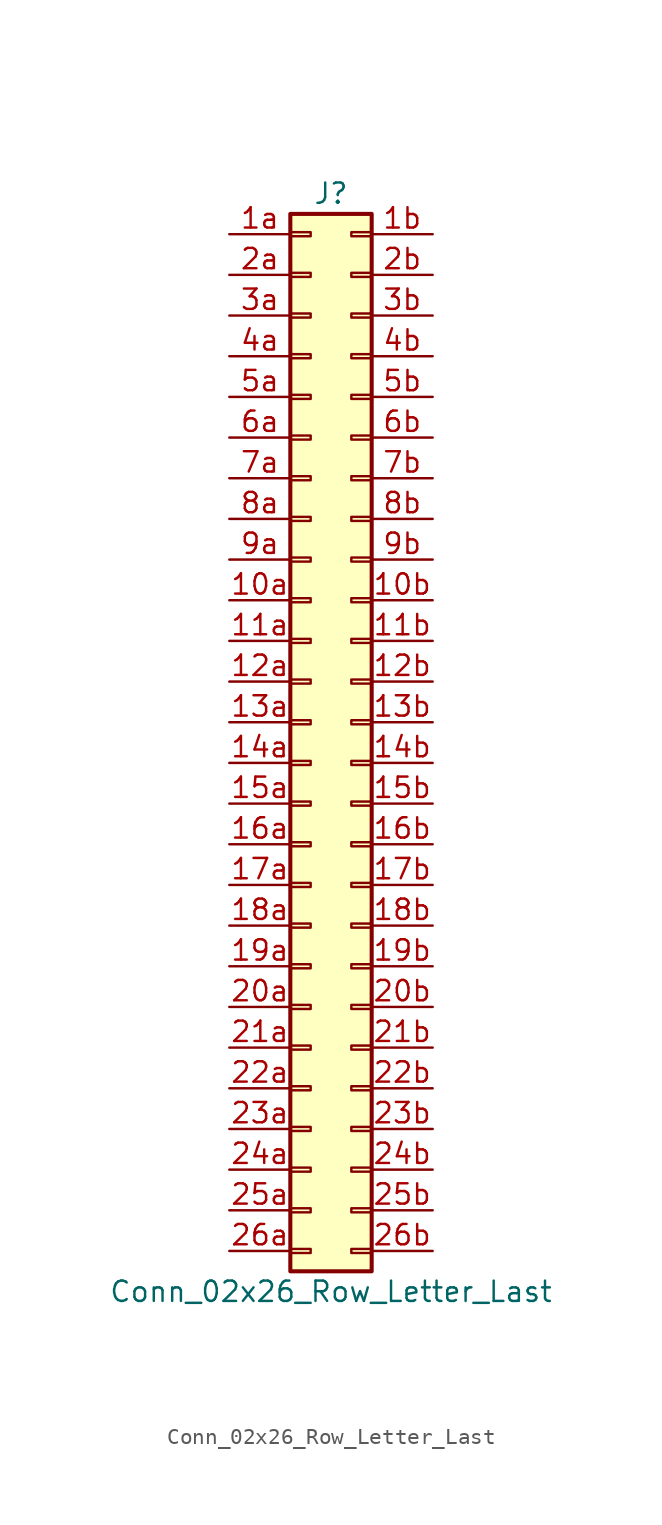
<source format=kicad_sym>
(kicad_symbol_lib
  (version 20201005)
  (generator kicad_symbol_editor)
  (symbol "Conn_02x26_Row_Letter_Last"
    (pin_names
      (offset 1.016) hide)
    (property "Reference" "J"
      (at 1.27 33.02 0)
      (effects (font (size 1.27 1.27))))
    (property "Value" "Conn_02x26_Row_Letter_Last"
      (at 1.27 -35.56 0)
      (effects (font (size 1.27 1.27))))
    (symbol "Conn_02x26_Row_Letter_Last_1_1"
      (rectangle (start -1.27 -32.893) (end 0 -33.147) (stroke (width 0.152)) (fill (type none)))
      (rectangle (start -1.27 -30.353) (end 0 -30.607) (stroke (width 0.152)) (fill (type none)))
      (rectangle (start -1.27 -27.813) (end 0 -28.067) (stroke (width 0.152)) (fill (type none)))
      (rectangle (start -1.27 -25.273) (end 0 -25.527) (stroke (width 0.152)) (fill (type none)))
      (rectangle (start -1.27 -22.733) (end 0 -22.987) (stroke (width 0.152)) (fill (type none)))
      (rectangle (start -1.27 -20.193) (end 0 -20.447) (stroke (width 0.152)) (fill (type none)))
      (rectangle (start -1.27 -17.653) (end 0 -17.907) (stroke (width 0.152)) (fill (type none)))
      (rectangle (start -1.27 -15.113) (end 0 -15.367) (stroke (width 0.152)) (fill (type none)))
      (rectangle (start -1.27 -12.573) (end 0 -12.827) (stroke (width 0.152)) (fill (type none)))
      (rectangle (start -1.27 -10.033) (end 0 -10.287) (stroke (width 0.152)) (fill (type none)))
      (rectangle (start -1.27 -7.493) (end 0 -7.747) (stroke (width 0.152)) (fill (type none)))
      (rectangle (start -1.27 -4.953) (end 0 -5.207) (stroke (width 0.152)) (fill (type none)))
      (rectangle (start -1.27 -2.413) (end 0 -2.667) (stroke (width 0.152)) (fill (type none)))
      (rectangle (start -1.27 0.127) (end 0 -0.127) (stroke (width 0.152)) (fill (type none)))
      (rectangle (start -1.27 2.667) (end 0 2.413) (stroke (width 0.152)) (fill (type none)))
      (rectangle (start -1.27 5.207) (end 0 4.953) (stroke (width 0.152)) (fill (type none)))
      (rectangle (start -1.27 7.747) (end 0 7.493) (stroke (width 0.152)) (fill (type none)))
      (rectangle (start -1.27 10.287) (end 0 10.033) (stroke (width 0.152)) (fill (type none)))
      (rectangle (start -1.27 12.827) (end 0 12.573) (stroke (width 0.152)) (fill (type none)))
      (rectangle (start -1.27 15.367) (end 0 15.113) (stroke (width 0.152)) (fill (type none)))
      (rectangle (start -1.27 17.907) (end 0 17.653) (stroke (width 0.152)) (fill (type none)))
      (rectangle (start -1.27 20.447) (end 0 20.193) (stroke (width 0.152)) (fill (type none)))
      (rectangle (start -1.27 22.987) (end 0 22.733) (stroke (width 0.152)) (fill (type none)))
      (rectangle (start -1.27 25.527) (end 0 25.273) (stroke (width 0.152)) (fill (type none)))
      (rectangle (start -1.27 28.067) (end 0 27.813) (stroke (width 0.152)) (fill (type none)))
      (rectangle (start -1.27 30.607) (end 0 30.353) (stroke (width 0.152)) (fill (type none)))
      (rectangle (start -1.27 31.75) (end 3.81 -34.29) (stroke (width 0.254)) (fill (type background)))
      (rectangle (start 3.81 -32.893) (end 2.54 -33.147) (stroke (width 0.152)) (fill (type none)))
      (rectangle (start 3.81 -30.353) (end 2.54 -30.607) (stroke (width 0.152)) (fill (type none)))
      (rectangle (start 3.81 -27.813) (end 2.54 -28.067) (stroke (width 0.152)) (fill (type none)))
      (rectangle (start 3.81 -25.273) (end 2.54 -25.527) (stroke (width 0.152)) (fill (type none)))
      (rectangle (start 3.81 -22.733) (end 2.54 -22.987) (stroke (width 0.152)) (fill (type none)))
      (rectangle (start 3.81 -20.193) (end 2.54 -20.447) (stroke (width 0.152)) (fill (type none)))
      (rectangle (start 3.81 -17.653) (end 2.54 -17.907) (stroke (width 0.152)) (fill (type none)))
      (rectangle (start 3.81 -15.113) (end 2.54 -15.367) (stroke (width 0.152)) (fill (type none)))
      (rectangle (start 3.81 -12.573) (end 2.54 -12.827) (stroke (width 0.152)) (fill (type none)))
      (rectangle (start 3.81 -10.033) (end 2.54 -10.287) (stroke (width 0.152)) (fill (type none)))
      (rectangle (start 3.81 -7.493) (end 2.54 -7.747) (stroke (width 0.152)) (fill (type none)))
      (rectangle (start 3.81 -4.953) (end 2.54 -5.207) (stroke (width 0.152)) (fill (type none)))
      (rectangle (start 3.81 -2.413) (end 2.54 -2.667) (stroke (width 0.152)) (fill (type none)))
      (rectangle (start 3.81 0.127) (end 2.54 -0.127) (stroke (width 0.152)) (fill (type none)))
      (rectangle (start 3.81 2.667) (end 2.54 2.413) (stroke (width 0.152)) (fill (type none)))
      (rectangle (start 3.81 5.207) (end 2.54 4.953) (stroke (width 0.152)) (fill (type none)))
      (rectangle (start 3.81 7.747) (end 2.54 7.493) (stroke (width 0.152)) (fill (type none)))
      (rectangle (start 3.81 10.287) (end 2.54 10.033) (stroke (width 0.152)) (fill (type none)))
      (rectangle (start 3.81 12.827) (end 2.54 12.573) (stroke (width 0.152)) (fill (type none)))
      (rectangle (start 3.81 15.367) (end 2.54 15.113) (stroke (width 0.152)) (fill (type none)))
      (rectangle (start 3.81 17.907) (end 2.54 17.653) (stroke (width 0.152)) (fill (type none)))
      (rectangle (start 3.81 20.447) (end 2.54 20.193) (stroke (width 0.152)) (fill (type none)))
      (rectangle (start 3.81 22.987) (end 2.54 22.733) (stroke (width 0.152)) (fill (type none)))
      (rectangle (start 3.81 25.527) (end 2.54 25.273) (stroke (width 0.152)) (fill (type none)))
      (rectangle (start 3.81 28.067) (end 2.54 27.813) (stroke (width 0.152)) (fill (type none)))
      (rectangle (start 3.81 30.607) (end 2.54 30.353) (stroke (width 0.152)) (fill (type none)))
      (pin passive line (at -5.08 7.62 0) (length 3.81) (name "Pin_10a" (effects (font (size 1.27 1.27)))) (number "10a" (effects (font (size 1.27 1.27)))))
      (pin passive line (at 7.62 7.62 180) (length 3.81) (name "Pin_10b" (effects (font (size 1.27 1.27)))) (number "10b" (effects (font (size 1.27 1.27)))))
      (pin passive line (at -5.08 5.08 0) (length 3.81) (name "Pin_11a" (effects (font (size 1.27 1.27)))) (number "11a" (effects (font (size 1.27 1.27)))))
      (pin passive line (at 7.62 5.08 180) (length 3.81) (name "Pin_11b" (effects (font (size 1.27 1.27)))) (number "11b" (effects (font (size 1.27 1.27)))))
      (pin passive line (at -5.08 2.54 0) (length 3.81) (name "Pin_12a" (effects (font (size 1.27 1.27)))) (number "12a" (effects (font (size 1.27 1.27)))))
      (pin passive line (at 7.62 2.54 180) (length 3.81) (name "Pin_12b" (effects (font (size 1.27 1.27)))) (number "12b" (effects (font (size 1.27 1.27)))))
      (pin passive line (at -5.08 0 0) (length 3.81) (name "Pin_13a" (effects (font (size 1.27 1.27)))) (number "13a" (effects (font (size 1.27 1.27)))))
      (pin passive line (at 7.62 0 180) (length 3.81) (name "Pin_13b" (effects (font (size 1.27 1.27)))) (number "13b" (effects (font (size 1.27 1.27)))))
      (pin passive line (at -5.08 -2.54 0) (length 3.81) (name "Pin_14a" (effects (font (size 1.27 1.27)))) (number "14a" (effects (font (size 1.27 1.27)))))
      (pin passive line (at 7.62 -2.54 180) (length 3.81) (name "Pin_14b" (effects (font (size 1.27 1.27)))) (number "14b" (effects (font (size 1.27 1.27)))))
      (pin passive line (at -5.08 -5.08 0) (length 3.81) (name "Pin_15a" (effects (font (size 1.27 1.27)))) (number "15a" (effects (font (size 1.27 1.27)))))
      (pin passive line (at 7.62 -5.08 180) (length 3.81) (name "Pin_15b" (effects (font (size 1.27 1.27)))) (number "15b" (effects (font (size 1.27 1.27)))))
      (pin passive line (at -5.08 -7.62 0) (length 3.81) (name "Pin_16a" (effects (font (size 1.27 1.27)))) (number "16a" (effects (font (size 1.27 1.27)))))
      (pin passive line (at 7.62 -7.62 180) (length 3.81) (name "Pin_16b" (effects (font (size 1.27 1.27)))) (number "16b" (effects (font (size 1.27 1.27)))))
      (pin passive line (at -5.08 -10.16 0) (length 3.81) (name "Pin_17a" (effects (font (size 1.27 1.27)))) (number "17a" (effects (font (size 1.27 1.27)))))
      (pin passive line (at 7.62 -10.16 180) (length 3.81) (name "Pin_17b" (effects (font (size 1.27 1.27)))) (number "17b" (effects (font (size 1.27 1.27)))))
      (pin passive line (at -5.08 -12.7 0) (length 3.81) (name "Pin_18a" (effects (font (size 1.27 1.27)))) (number "18a" (effects (font (size 1.27 1.27)))))
      (pin passive line (at 7.62 -12.7 180) (length 3.81) (name "Pin_18b" (effects (font (size 1.27 1.27)))) (number "18b" (effects (font (size 1.27 1.27)))))
      (pin passive line (at -5.08 -15.24 0) (length 3.81) (name "Pin_19a" (effects (font (size 1.27 1.27)))) (number "19a" (effects (font (size 1.27 1.27)))))
      (pin passive line (at 7.62 -15.24 180) (length 3.81) (name "Pin_19b" (effects (font (size 1.27 1.27)))) (number "19b" (effects (font (size 1.27 1.27)))))
      (pin passive line (at -5.08 30.48 0) (length 3.81) (name "Pin_1a" (effects (font (size 1.27 1.27)))) (number "1a" (effects (font (size 1.27 1.27)))))
      (pin passive line (at 7.62 30.48 180) (length 3.81) (name "Pin_1b" (effects (font (size 1.27 1.27)))) (number "1b" (effects (font (size 1.27 1.27)))))
      (pin passive line (at -5.08 -17.78 0) (length 3.81) (name "Pin_20a" (effects (font (size 1.27 1.27)))) (number "20a" (effects (font (size 1.27 1.27)))))
      (pin passive line (at 7.62 -17.78 180) (length 3.81) (name "Pin_20b" (effects (font (size 1.27 1.27)))) (number "20b" (effects (font (size 1.27 1.27)))))
      (pin passive line (at -5.08 -20.32 0) (length 3.81) (name "Pin_21a" (effects (font (size 1.27 1.27)))) (number "21a" (effects (font (size 1.27 1.27)))))
      (pin passive line (at 7.62 -20.32 180) (length 3.81) (name "Pin_21b" (effects (font (size 1.27 1.27)))) (number "21b" (effects (font (size 1.27 1.27)))))
      (pin passive line (at -5.08 -22.86 0) (length 3.81) (name "Pin_22a" (effects (font (size 1.27 1.27)))) (number "22a" (effects (font (size 1.27 1.27)))))
      (pin passive line (at 7.62 -22.86 180) (length 3.81) (name "Pin_22b" (effects (font (size 1.27 1.27)))) (number "22b" (effects (font (size 1.27 1.27)))))
      (pin passive line (at -5.08 -25.4 0) (length 3.81) (name "Pin_23a" (effects (font (size 1.27 1.27)))) (number "23a" (effects (font (size 1.27 1.27)))))
      (pin passive line (at 7.62 -25.4 180) (length 3.81) (name "Pin_23b" (effects (font (size 1.27 1.27)))) (number "23b" (effects (font (size 1.27 1.27)))))
      (pin passive line (at -5.08 -27.94 0) (length 3.81) (name "Pin_24a" (effects (font (size 1.27 1.27)))) (number "24a" (effects (font (size 1.27 1.27)))))
      (pin passive line (at 7.62 -27.94 180) (length 3.81) (name "Pin_24b" (effects (font (size 1.27 1.27)))) (number "24b" (effects (font (size 1.27 1.27)))))
      (pin passive line (at -5.08 -30.48 0) (length 3.81) (name "Pin_25a" (effects (font (size 1.27 1.27)))) (number "25a" (effects (font (size 1.27 1.27)))))
      (pin passive line (at 7.62 -30.48 180) (length 3.81) (name "Pin_25b" (effects (font (size 1.27 1.27)))) (number "25b" (effects (font (size 1.27 1.27)))))
      (pin passive line (at -5.08 -33.02 0) (length 3.81) (name "Pin_26a" (effects (font (size 1.27 1.27)))) (number "26a" (effects (font (size 1.27 1.27)))))
      (pin passive line (at 7.62 -33.02 180) (length 3.81) (name "Pin_26b" (effects (font (size 1.27 1.27)))) (number "26b" (effects (font (size 1.27 1.27)))))
      (pin passive line (at -5.08 27.94 0) (length 3.81) (name "Pin_2a" (effects (font (size 1.27 1.27)))) (number "2a" (effects (font (size 1.27 1.27)))))
      (pin passive line (at 7.62 27.94 180) (length 3.81) (name "Pin_2b" (effects (font (size 1.27 1.27)))) (number "2b" (effects (font (size 1.27 1.27)))))
      (pin passive line (at -5.08 25.4 0) (length 3.81) (name "Pin_3a" (effects (font (size 1.27 1.27)))) (number "3a" (effects (font (size 1.27 1.27)))))
      (pin passive line (at 7.62 25.4 180) (length 3.81) (name "Pin_3b" (effects (font (size 1.27 1.27)))) (number "3b" (effects (font (size 1.27 1.27)))))
      (pin passive line (at -5.08 22.86 0) (length 3.81) (name "Pin_4a" (effects (font (size 1.27 1.27)))) (number "4a" (effects (font (size 1.27 1.27)))))
      (pin passive line (at 7.62 22.86 180) (length 3.81) (name "Pin_4b" (effects (font (size 1.27 1.27)))) (number "4b" (effects (font (size 1.27 1.27)))))
      (pin passive line (at -5.08 20.32 0) (length 3.81) (name "Pin_5a" (effects (font (size 1.27 1.27)))) (number "5a" (effects (font (size 1.27 1.27)))))
      (pin passive line (at 7.62 20.32 180) (length 3.81) (name "Pin_5b" (effects (font (size 1.27 1.27)))) (number "5b" (effects (font (size 1.27 1.27)))))
      (pin passive line (at -5.08 17.78 0) (length 3.81) (name "Pin_6a" (effects (font (size 1.27 1.27)))) (number "6a" (effects (font (size 1.27 1.27)))))
      (pin passive line (at 7.62 17.78 180) (length 3.81) (name "Pin_6b" (effects (font (size 1.27 1.27)))) (number "6b" (effects (font (size 1.27 1.27)))))
      (pin passive line (at -5.08 15.24 0) (length 3.81) (name "Pin_7a" (effects (font (size 1.27 1.27)))) (number "7a" (effects (font (size 1.27 1.27)))))
      (pin passive line (at 7.62 15.24 180) (length 3.81) (name "Pin_7b" (effects (font (size 1.27 1.27)))) (number "7b" (effects (font (size 1.27 1.27)))))
      (pin passive line (at -5.08 12.7 0) (length 3.81) (name "Pin_8a" (effects (font (size 1.27 1.27)))) (number "8a" (effects (font (size 1.27 1.27)))))
      (pin passive line (at 7.62 12.7 180) (length 3.81) (name "Pin_8b" (effects (font (size 1.27 1.27)))) (number "8b" (effects (font (size 1.27 1.27)))))
      (pin passive line (at -5.08 10.16 0) (length 3.81) (name "Pin_9a" (effects (font (size 1.27 1.27)))) (number "9a" (effects (font (size 1.27 1.27)))))
      (pin passive line (at 7.62 10.16 180) (length 3.81) (name "Pin_9b" (effects (font (size 1.27 1.27)))) (number "9b" (effects (font (size 1.27 1.27))))))))
</source>
